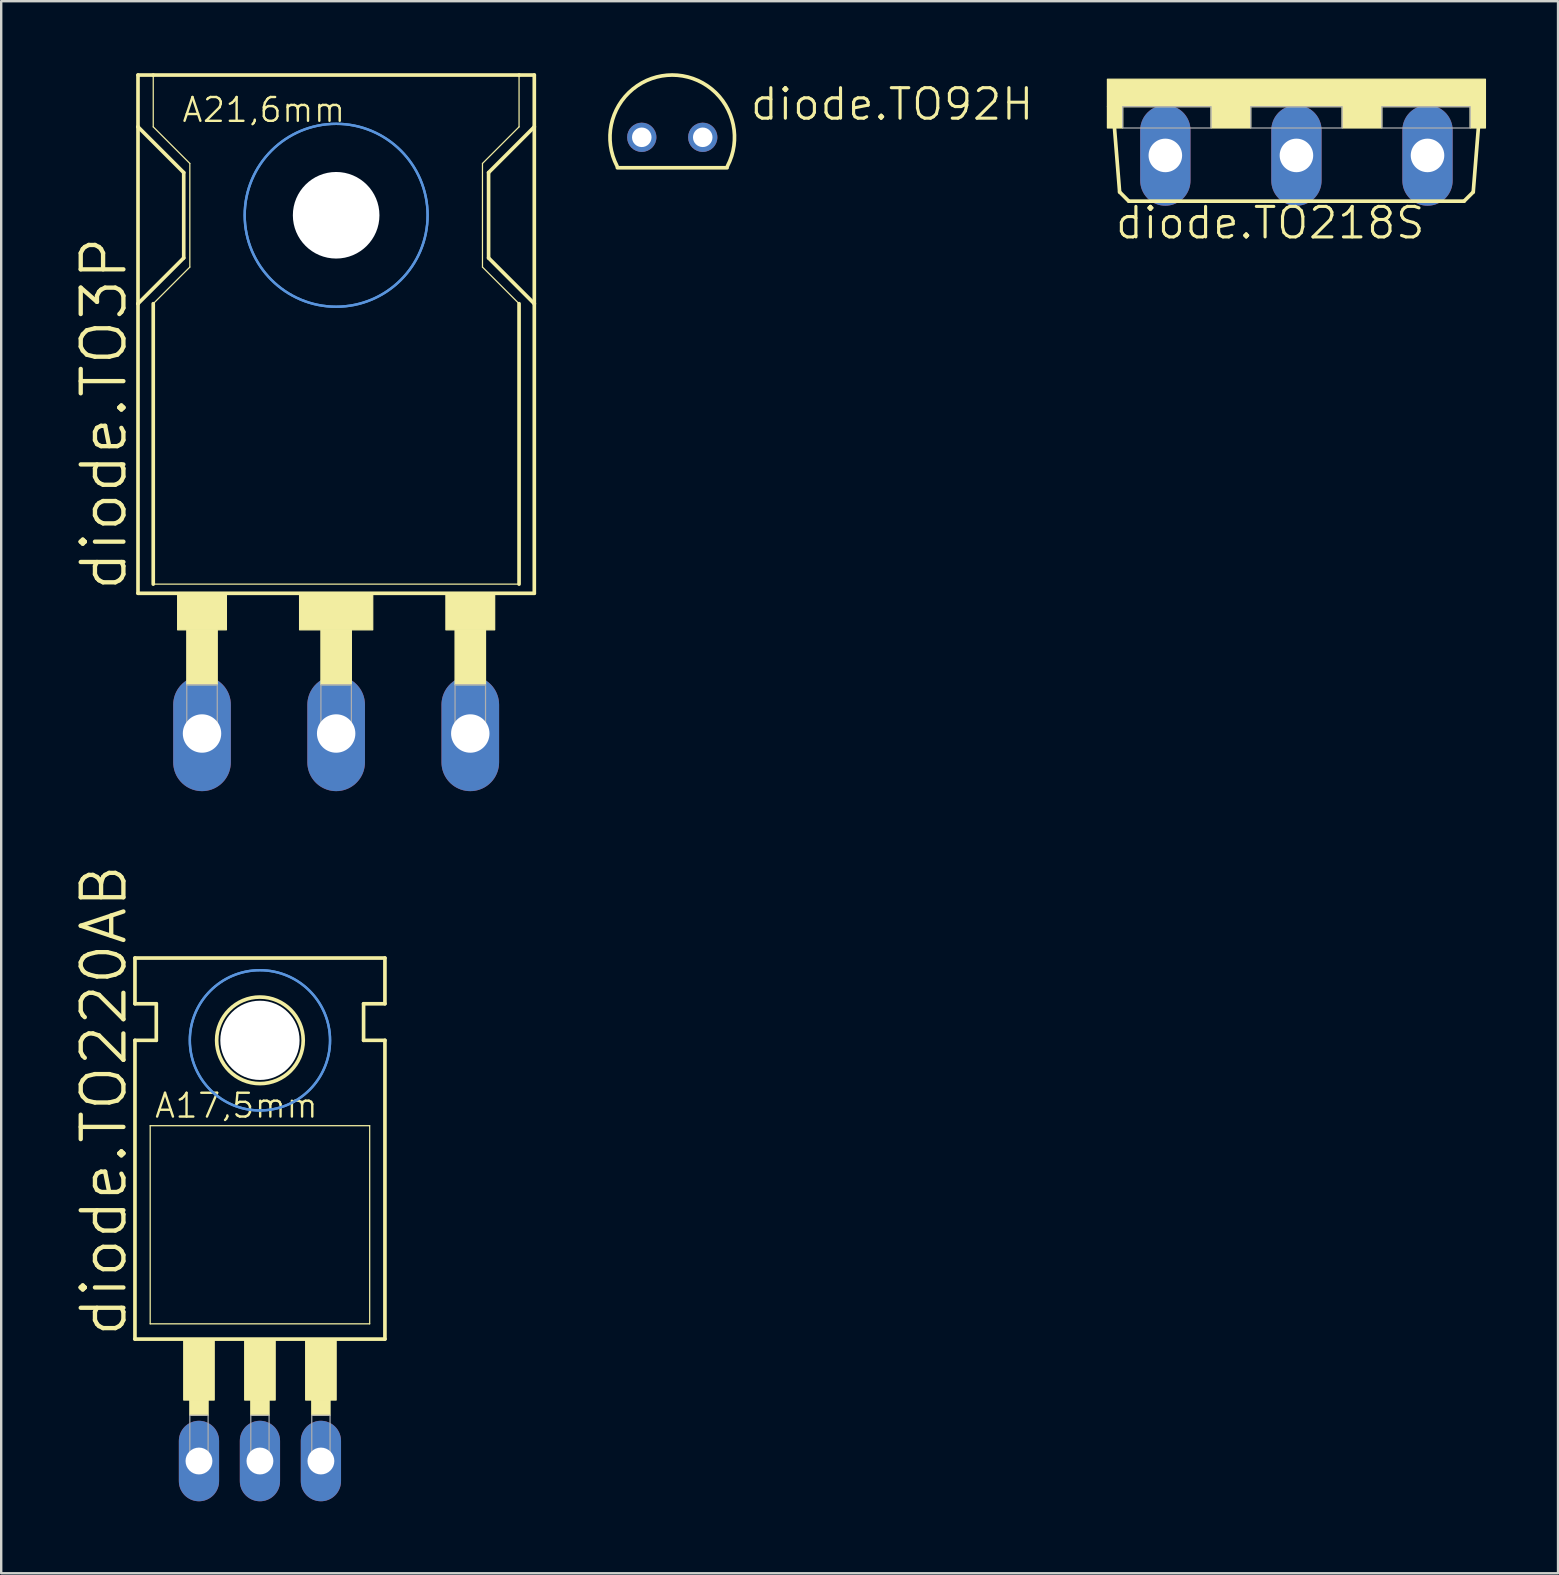
<source format=kicad_pcb>
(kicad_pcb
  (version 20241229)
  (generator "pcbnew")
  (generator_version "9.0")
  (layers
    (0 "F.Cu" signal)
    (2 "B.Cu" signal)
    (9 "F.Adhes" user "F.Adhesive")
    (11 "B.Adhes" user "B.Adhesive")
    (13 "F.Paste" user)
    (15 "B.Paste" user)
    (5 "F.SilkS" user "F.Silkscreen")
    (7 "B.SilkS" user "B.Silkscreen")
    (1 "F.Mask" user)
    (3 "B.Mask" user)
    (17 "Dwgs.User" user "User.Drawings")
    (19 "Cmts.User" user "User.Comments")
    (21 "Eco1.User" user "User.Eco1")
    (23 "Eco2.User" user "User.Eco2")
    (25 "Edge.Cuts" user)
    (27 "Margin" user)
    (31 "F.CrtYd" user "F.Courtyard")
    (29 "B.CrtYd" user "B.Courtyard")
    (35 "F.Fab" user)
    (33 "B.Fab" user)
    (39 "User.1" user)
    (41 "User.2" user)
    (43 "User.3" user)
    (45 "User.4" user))
  (footprint "diode.TO220AB"
    (layer "F.Cu")
    (at 7.779 51.466)
    (property "Reference" "diode.TO220AB" (at -5.461 1.27 90) (layer "F.SilkS") (effects (font (size 1.778 1.778) (thickness 0.18)) (justify left bottom)))
    (attr through_hole)
    (fp_line (start -5.207 -12.7) (end -5.207 -14.605) (stroke (width 0.152) (type default)) (layer "F.SilkS"))
    (fp_line (start -5.207 -11.176) (end -4.318 -11.176) (stroke (width 0.152) (type default)) (layer "F.SilkS"))
    (fp_line (start -5.207 1.27) (end -5.207 -11.176) (stroke (width 0.152) (type default)) (layer "F.SilkS"))
    (fp_line (start -5.207 1.27) (end 5.207 1.27) (stroke (width 0.152) (type default)) (layer "F.SilkS"))
    (fp_line (start -4.572 0.635) (end -4.572 -7.62) (stroke (width 0.051) (type default)) (layer "F.SilkS"))
    (fp_line (start -4.572 0.635) (end 4.572 0.635) (stroke (width 0.051) (type default)) (layer "F.SilkS"))
    (fp_line (start -4.318 -12.7) (end -5.207 -12.7) (stroke (width 0.152) (type default)) (layer "F.SilkS"))
    (fp_line (start -4.318 -11.176) (end -4.318 -12.7) (stroke (width 0.152) (type default)) (layer "F.SilkS"))
    (fp_line (start 4.318 -12.7) (end 5.207 -12.7) (stroke (width 0.152) (type default)) (layer "F.SilkS"))
    (fp_line (start 4.318 -11.176) (end 4.318 -12.7) (stroke (width 0.152) (type default)) (layer "F.SilkS"))
    (fp_line (start 4.572 -7.62) (end -4.572 -7.62) (stroke (width 0.051) (type default)) (layer "F.SilkS"))
    (fp_line (start 4.572 -7.62) (end 4.572 0.635) (stroke (width 0.051) (type default)) (layer "F.SilkS"))
    (fp_line (start 5.207 -14.605) (end -5.207 -14.605) (stroke (width 0.152) (type default)) (layer "F.SilkS"))
    (fp_line (start 5.207 -12.7) (end 5.207 -14.605) (stroke (width 0.152) (type default)) (layer "F.SilkS"))
    (fp_line (start 5.207 -11.176) (end 4.318 -11.176) (stroke (width 0.152) (type default)) (layer "F.SilkS"))
    (fp_line (start 5.207 1.27) (end 5.207 -11.176) (stroke (width 0.152) (type default)) (layer "F.SilkS"))
    (fp_rect (start -3.175 3.81) (end -1.905 1.27) (stroke (width 0.05) (type default)) (fill yes) (layer "F.SilkS"))
    (fp_rect (start -2.921 4.445) (end -2.159 3.81) (stroke (width 0.05) (type default)) (fill yes) (layer "F.SilkS"))
    (fp_rect (start -0.635 3.81) (end 0.635 1.27) (stroke (width 0.05) (type default)) (fill yes) (layer "F.SilkS"))
    (fp_rect (start -0.381 4.445) (end 0.381 3.81) (stroke (width 0.05) (type default)) (fill yes) (layer "F.SilkS"))
    (fp_rect (start 1.905 3.81) (end 3.175 1.27) (stroke (width 0.05) (type default)) (fill yes) (layer "F.SilkS"))
    (fp_rect (start 2.159 4.445) (end 2.921 3.81) (stroke (width 0.05) (type default)) (fill yes) (layer "F.SilkS"))
    (fp_circle (center 0 -11.176) (end 1.803 -11.176) (stroke (width 0.152) (type default)) (fill no) (layer "F.SilkS"))
    (fp_circle (center 0 -11.176) (end 2.921 -11.176) (stroke (width 0.1) (type default)) (fill no) (layer "Cmts.User"))
    (fp_circle (center 0 -11.176) (end 2.921 -11.176) (stroke (width 0.1) (type default)) (fill no) (layer "Cmts.User"))
    (fp_rect (start -2.921 6.35) (end -2.159 4.445) (stroke (width 0.05) (type default)) (fill no) (layer "F.Fab"))
    (fp_rect (start -0.381 6.35) (end 0.381 4.445) (stroke (width 0.05) (type default)) (fill no) (layer "F.Fab"))
    (fp_rect (start 2.159 6.35) (end 2.921 4.445) (stroke (width 0.05) (type default)) (fill no) (layer "F.Fab"))
    (fp_text user "A17,5mm" (at -4.445 -7.874 0) (layer "F.SilkS") (effects (font (size 0.991 0.991) (thickness 0.1)) (justify left bottom)))
    (pad "" np_thru_hole circle (at 0 -11.176) (size 3.302 3.302) (drill 3.302) (layers "*.Cu" "*.Mask"))
    (pad "A1" thru_hole oval (at -2.54 6.35 90) (size 3.353 1.676) (drill 1.118) (layers "*.Cu" "*.Mask"))
    (pad "A2" thru_hole oval (at 2.54 6.35 90) (size 3.353 1.676) (drill 1.118) (layers "*.Cu" "*.Mask"))
    (pad "C" thru_hole oval (at 0 6.35 90) (size 3.353 1.676) (drill 1.118) (layers "*.Cu" "*.Mask")))
  (footprint "diode.TO92H"
    (layer "F.Cu")
    (at 24.956 2.67)
    (property "Reference" "diode.TO92H" (at 3.175 -0.635 0) (layer "F.SilkS") (effects (font (size 1.27 1.27) (thickness 0.13)) (justify left bottom)))
    (attr through_hole)
    (fp_line (start -2.286 1.27) (end 2.286 1.27) (stroke (width 0.152) (type default)) (layer "F.SilkS"))
    (fp_arc (start -2.300047 1.200026) (mid -0.000046 -2.594251) (end 2.299999 1.2) (stroke (width 0.1524) (type default)) (layer "F.SilkS"))
    (pad "1" thru_hole circle (at -1.27 0) (size 1.219 1.219) (drill 0.813) (layers "*.Cu" "*.Mask"))
    (pad "2" thru_hole circle (at 1.27 0) (size 1.219 1.219) (drill 0.813) (layers "*.Cu" "*.Mask")))
  (footprint "diode.TO3P"
    (layer "F.Cu")
    (at 10.954 19.888)
    (property "Reference" "diode.TO3P" (at -8.636 1.778 90) (layer "F.SilkS") (effects (font (size 1.778 1.778) (thickness 0.18)) (justify left bottom)))
    (attr through_hole)
    (fp_line (start -8.255 -17.653) (end -8.255 -19.812) (stroke (width 0.152) (type default)) (layer "F.SilkS"))
    (fp_line (start -8.255 -17.653) (end -6.35 -15.748) (stroke (width 0.152) (type default)) (layer "F.SilkS"))
    (fp_line (start -8.255 -10.287) (end -8.255 -17.653) (stroke (width 0.152) (type default)) (layer "F.SilkS"))
    (fp_line (start -8.255 -10.287) (end -6.35 -12.192) (stroke (width 0.152) (type default)) (layer "F.SilkS"))
    (fp_line (start -8.255 1.778) (end -8.255 -10.287) (stroke (width 0.152) (type default)) (layer "F.SilkS"))
    (fp_line (start -8.255 1.778) (end 8.255 1.778) (stroke (width 0.152) (type default)) (layer "F.SilkS"))
    (fp_line (start -7.62 -19.812) (end -8.255 -19.812) (stroke (width 0.152) (type default)) (layer "F.SilkS"))
    (fp_line (start -7.62 -19.812) (end -7.62 -17.653) (stroke (width 0.051) (type default)) (layer "F.SilkS"))
    (fp_line (start -7.62 -10.287) (end -7.62 1.397) (stroke (width 0.152) (type default)) (layer "F.SilkS"))
    (fp_line (start -7.62 -10.287) (end -6.096 -11.811) (stroke (width 0.051) (type default)) (layer "F.SilkS"))
    (fp_line (start -7.62 1.397) (end 7.62 1.397) (stroke (width 0.051) (type default)) (layer "F.SilkS"))
    (fp_line (start -6.35 -12.192) (end -6.35 -15.748) (stroke (width 0.152) (type default)) (layer "F.SilkS"))
    (fp_line (start -6.096 -16.129) (end -7.62 -17.653) (stroke (width 0.051) (type default)) (layer "F.SilkS"))
    (fp_line (start -6.096 -16.129) (end -6.096 -11.811) (stroke (width 0.051) (type default)) (layer "F.SilkS"))
    (fp_line (start 6.096 -16.129) (end 6.096 -11.811) (stroke (width 0.051) (type default)) (layer "F.SilkS"))
    (fp_line (start 6.35 -15.748) (end 8.255 -17.653) (stroke (width 0.152) (type default)) (layer "F.SilkS"))
    (fp_line (start 6.35 -12.192) (end 6.35 -15.748) (stroke (width 0.152) (type default)) (layer "F.SilkS"))
    (fp_line (start 7.62 -19.812) (end -7.62 -19.812) (stroke (width 0.152) (type default)) (layer "F.SilkS"))
    (fp_line (start 7.62 -19.812) (end 7.62 -17.653) (stroke (width 0.051) (type default)) (layer "F.SilkS"))
    (fp_line (start 7.62 -17.653) (end 6.096 -16.129) (stroke (width 0.051) (type default)) (layer "F.SilkS"))
    (fp_line (start 7.62 -10.287) (end 6.096 -11.811) (stroke (width 0.051) (type default)) (layer "F.SilkS"))
    (fp_line (start 7.62 -10.287) (end 7.62 1.397) (stroke (width 0.152) (type default)) (layer "F.SilkS"))
    (fp_line (start 8.255 -19.812) (end 7.62 -19.812) (stroke (width 0.152) (type default)) (layer "F.SilkS"))
    (fp_line (start 8.255 -19.812) (end 8.255 -17.653) (stroke (width 0.152) (type default)) (layer "F.SilkS"))
    (fp_line (start 8.255 -17.653) (end 8.255 -10.287) (stroke (width 0.152) (type default)) (layer "F.SilkS"))
    (fp_line (start 8.255 -10.287) (end 6.35 -12.192) (stroke (width 0.152) (type default)) (layer "F.SilkS"))
    (fp_line (start 8.255 -10.287) (end 8.255 1.778) (stroke (width 0.152) (type default)) (layer "F.SilkS"))
    (fp_rect (start -6.604 3.302) (end -4.572 1.778) (stroke (width 0.05) (type default)) (fill yes) (layer "F.SilkS"))
    (fp_rect (start -6.223 5.588) (end -4.953 3.302) (stroke (width 0.05) (type default)) (fill yes) (layer "F.SilkS"))
    (fp_rect (start -1.524 3.302) (end 1.524 1.778) (stroke (width 0.05) (type default)) (fill yes) (layer "F.SilkS"))
    (fp_rect (start -0.635 5.588) (end 0.635 3.302) (stroke (width 0.05) (type default)) (fill yes) (layer "F.SilkS"))
    (fp_rect (start 4.572 3.302) (end 6.604 1.778) (stroke (width 0.05) (type default)) (fill yes) (layer "F.SilkS"))
    (fp_rect (start 4.953 5.588) (end 6.223 3.302) (stroke (width 0.05) (type default)) (fill yes) (layer "F.SilkS"))
    (fp_circle (center 0 -13.97) (end 1.651 -13.97) (stroke (width 0.152) (type default)) (fill no) (layer "F.SilkS"))
    (fp_circle (center 0 -13.97) (end 3.81 -13.97) (stroke (width 0.1) (type default)) (fill no) (layer "Cmts.User"))
    (fp_circle (center 0 -13.97) (end 3.81 -13.97) (stroke (width 0.1) (type default)) (fill no) (layer "Cmts.User"))
    (fp_rect (start -6.223 7.493) (end -4.953 5.588) (stroke (width 0.05) (type default)) (fill no) (layer "F.Fab"))
    (fp_rect (start -0.635 7.493) (end 0.635 5.588) (stroke (width 0.05) (type default)) (fill no) (layer "F.Fab"))
    (fp_rect (start 4.953 7.493) (end 6.223 5.588) (stroke (width 0.05) (type default)) (fill no) (layer "F.Fab"))
    (fp_text user "A21,6mm" (at -6.477 -17.78 0) (layer "F.SilkS") (effects (font (size 0.991 0.991) (thickness 0.1)) (justify left bottom)))
    (pad "" np_thru_hole circle (at 0 -13.97) (size 3.607 3.607) (drill 3.607) (layers "*.Cu" "*.Mask"))
    (pad "1" thru_hole oval (at -5.588 7.62 90) (size 4.801 2.4) (drill 1.6) (layers "*.Cu" "*.Mask"))
    (pad "2" thru_hole oval (at 0 7.62 90) (size 4.801 2.4) (drill 1.6) (layers "*.Cu" "*.Mask"))
    (pad "3" thru_hole oval (at 5.588 7.62 90) (size 4.801 2.4) (drill 1.6) (layers "*.Cu" "*.Mask")))
  (footprint "diode.TO218S"
    (layer "F.Cu")
    (at 50.959 0.25)
    (property "Reference" "diode.TO218S" (at -7.62 6.731 0) (layer "F.SilkS") (effects (font (size 1.27 1.27) (thickness 0.13)) (justify left bottom)))
    (attr through_hole)
    (fp_line (start -7.366 4.699) (end -7.62 1.524) (stroke (width 0.152) (type default)) (layer "F.SilkS"))
    (fp_line (start -6.985 5.08) (end -7.366 4.699) (stroke (width 0.152) (type default)) (layer "F.SilkS"))
    (fp_line (start -6.985 5.08) (end 6.985 5.08) (stroke (width 0.152) (type default)) (layer "F.SilkS"))
    (fp_line (start 6.985 5.08) (end 7.366 4.699) (stroke (width 0.152) (type default)) (layer "F.SilkS"))
    (fp_line (start 7.366 4.699) (end 7.62 1.524) (stroke (width 0.152) (type default)) (layer "F.SilkS"))
    (fp_rect (start -7.874 1.143) (end 7.874 0) (stroke (width 0.05) (type default)) (fill yes) (layer "F.SilkS"))
    (fp_rect (start -7.874 2.032) (end -7.239 1.143) (stroke (width 0.05) (type default)) (fill yes) (layer "F.SilkS"))
    (fp_rect (start -3.556 2.032) (end -1.905 1.143) (stroke (width 0.05) (type default)) (fill yes) (layer "F.SilkS"))
    (fp_rect (start 1.905 2.032) (end 3.556 1.143) (stroke (width 0.05) (type default)) (fill yes) (layer "F.SilkS"))
    (fp_rect (start 7.239 2.032) (end 7.874 1.143) (stroke (width 0.05) (type default)) (fill yes) (layer "F.SilkS"))
    (fp_rect (start -7.239 2.032) (end -3.556 1.143) (stroke (width 0.05) (type default)) (fill no) (layer "F.Fab"))
    (fp_rect (start -1.905 2.032) (end 1.905 1.143) (stroke (width 0.05) (type default)) (fill no) (layer "F.Fab"))
    (fp_rect (start 3.556 2.032) (end 7.239 1.143) (stroke (width 0.05) (type default)) (fill no) (layer "F.Fab"))
    (pad "A1" thru_hole oval (at -5.461 3.175 90) (size 4.191 2.095) (drill 1.397) (layers "*.Cu" "*.Mask"))
    (pad "A2" thru_hole oval (at 5.461 3.175 90) (size 4.191 2.095) (drill 1.397) (layers "*.Cu" "*.Mask"))
    (pad "C" thru_hole oval (at 0 3.175 90) (size 4.191 2.095) (drill 1.397) (layers "*.Cu" "*.Mask")))
  (gr_rect
    (start -3 -3)
    (end 61.858 62.492)
    (stroke (width 0.1) (type default))
    (fill no)
    (layer "Edge.Cuts")))
</source>
